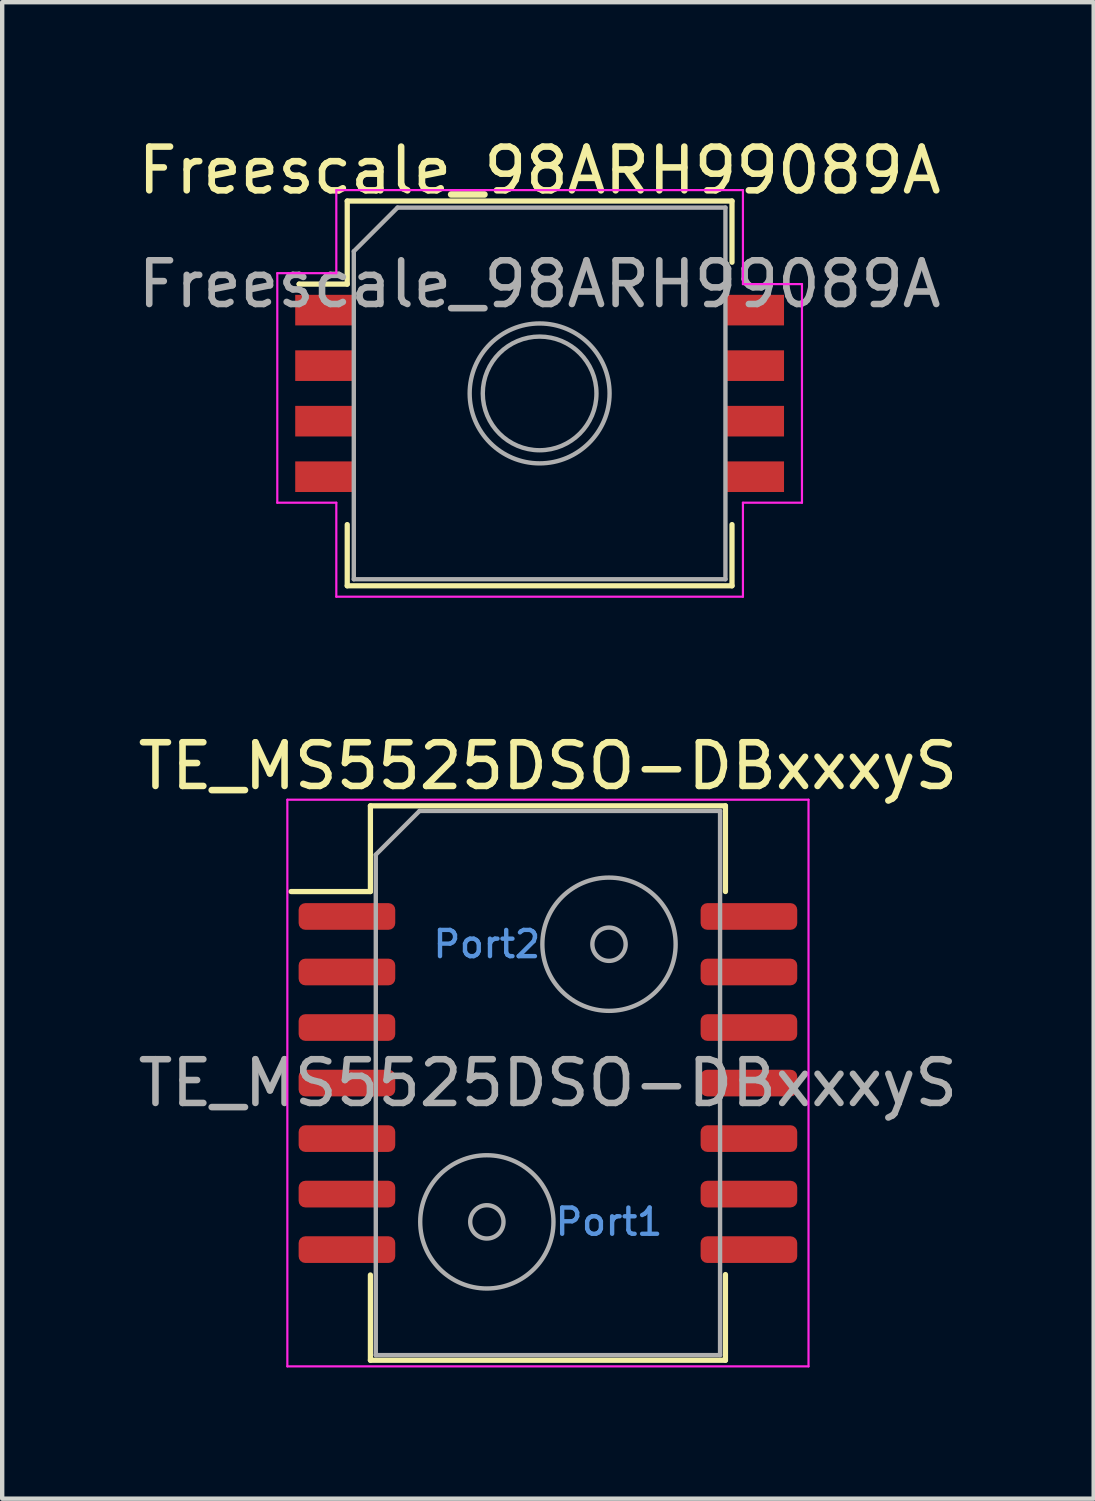
<source format=kicad_pcb>
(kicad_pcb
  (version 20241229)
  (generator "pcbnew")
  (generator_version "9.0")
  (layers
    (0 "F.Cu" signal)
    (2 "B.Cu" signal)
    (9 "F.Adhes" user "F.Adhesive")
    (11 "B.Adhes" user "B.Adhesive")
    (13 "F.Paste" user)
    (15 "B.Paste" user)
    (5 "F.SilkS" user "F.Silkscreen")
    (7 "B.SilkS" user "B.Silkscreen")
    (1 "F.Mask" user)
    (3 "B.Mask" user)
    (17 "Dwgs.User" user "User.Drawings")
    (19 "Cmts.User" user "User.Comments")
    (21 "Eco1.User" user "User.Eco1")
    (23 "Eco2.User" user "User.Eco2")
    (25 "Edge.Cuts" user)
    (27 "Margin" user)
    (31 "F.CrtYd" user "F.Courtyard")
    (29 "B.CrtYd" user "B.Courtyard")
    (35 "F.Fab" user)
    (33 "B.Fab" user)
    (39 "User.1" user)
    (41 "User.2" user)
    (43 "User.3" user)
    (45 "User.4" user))
  (footprint "Freescale_98ARH99089A"
    (layer "F.Cu")
    (at 9.292 5.948)
    (property "Reference" "Freescale_98ARH99089A" (at 0 -5.1 0) (layer "F.SilkS") (effects (font (size 1 1) (thickness 0.15))))
    (attr smd)
    (fp_line (start -5.5 -2.5) (end -5.5 -2.5) (stroke (width 0.12) (type solid)) (layer "F.SilkS"))
    (fp_line (start -4.4 -4.4) (end -4.4 -2.5) (stroke (width 0.12) (type solid)) (layer "F.SilkS"))
    (fp_line (start -4.4 -2.5) (end -5.5 -2.5) (stroke (width 0.12) (type solid)) (layer "F.SilkS"))
    (fp_line (start -4.4 4.4) (end -4.4 3) (stroke (width 0.12) (type solid)) (layer "F.SilkS"))
    (fp_line (start 4.4 -4.4) (end -4.4 -4.4) (stroke (width 0.12) (type solid)) (layer "F.SilkS"))
    (fp_line (start 4.4 -3) (end 4.4 -4.4) (stroke (width 0.12) (type solid)) (layer "F.SilkS"))
    (fp_line (start 4.4 3) (end 4.4 4.4) (stroke (width 0.12) (type solid)) (layer "F.SilkS"))
    (fp_line (start 4.4 4.4) (end -4.4 4.4) (stroke (width 0.12) (type solid)) (layer "F.SilkS"))
    (fp_line (start -6 -2.75) (end -4.65 -2.75) (stroke (width 0.05) (type solid)) (layer "F.CrtYd"))
    (fp_line (start -6 2.5) (end -6 -2.75) (stroke (width 0.05) (type solid)) (layer "F.CrtYd"))
    (fp_line (start -5.75 -2.75) (end -5.75 -2.75) (stroke (width 0.05) (type solid)) (layer "F.CrtYd"))
    (fp_line (start -4.65 -4.65) (end 4.65 -4.65) (stroke (width 0.05) (type solid)) (layer "F.CrtYd"))
    (fp_line (start -4.65 -2.75) (end -4.65 -4.65) (stroke (width 0.05) (type solid)) (layer "F.CrtYd"))
    (fp_line (start -4.65 2.5) (end -6 2.5) (stroke (width 0.05) (type solid)) (layer "F.CrtYd"))
    (fp_line (start -4.65 4.65) (end -4.65 2.5) (stroke (width 0.05) (type solid)) (layer "F.CrtYd"))
    (fp_line (start 4.65 -4.65) (end 4.65 -2.5) (stroke (width 0.05) (type solid)) (layer "F.CrtYd"))
    (fp_line (start 4.65 -2.5) (end 6 -2.5) (stroke (width 0.05) (type solid)) (layer "F.CrtYd"))
    (fp_line (start 4.65 2.5) (end 4.65 4.65) (stroke (width 0.05) (type solid)) (layer "F.CrtYd"))
    (fp_line (start 4.65 4.65) (end -4.65 4.65) (stroke (width 0.05) (type solid)) (layer "F.CrtYd"))
    (fp_line (start 6 -2.5) (end 6 2.5) (stroke (width 0.05) (type solid)) (layer "F.CrtYd"))
    (fp_line (start 6 2.5) (end 4.65 2.5) (stroke (width 0.05) (type solid)) (layer "F.CrtYd"))
    (fp_line (start -4.25 -3.25) (end -3.25 -4.25) (stroke (width 0.1) (type solid)) (layer "F.Fab"))
    (fp_line (start -4.25 4.25) (end -4.25 -3.25) (stroke (width 0.1) (type solid)) (layer "F.Fab"))
    (fp_line (start -3.25 -4.25) (end 4.25 -4.25) (stroke (width 0.1) (type solid)) (layer "F.Fab"))
    (fp_line (start 4.25 -4.25) (end 4.25 4.25) (stroke (width 0.1) (type solid)) (layer "F.Fab"))
    (fp_line (start 4.25 4.25) (end -4.25 4.25) (stroke (width 0.1) (type solid)) (layer "F.Fab"))
    (fp_circle (center 0 0) (end 1.3 0) (stroke (width 0.1) (type solid)) (fill no) (layer "F.Fab"))
    (fp_circle (center 0 0) (end 1.6 0) (stroke (width 0.1) (type solid)) (fill no) (layer "F.Fab"))
    (fp_text user "${REFERENCE}" (at 0 -2.5 0) (layer "F.Fab") (effects (font (size 1 1) (thickness 0.15))))
    (pad "1" smd rect (at -4.915 -1.905) (size 1.35 0.7) (layers "F.Cu" "F.Mask" "F.Paste"))
    (pad "2" smd rect (at -4.915 -0.635) (size 1.35 0.7) (layers "F.Cu" "F.Mask" "F.Paste"))
    (pad "3" smd rect (at -4.915 0.635) (size 1.35 0.7) (layers "F.Cu" "F.Mask" "F.Paste"))
    (pad "4" smd rect (at -4.915 1.905) (size 1.35 0.7) (layers "F.Cu" "F.Mask" "F.Paste"))
    (pad "5" smd rect (at 4.915 1.905) (size 1.35 0.7) (layers "F.Cu" "F.Mask" "F.Paste"))
    (pad "6" smd rect (at 4.915 0.635) (size 1.35 0.7) (layers "F.Cu" "F.Mask" "F.Paste"))
    (pad "7" smd rect (at 4.915 -0.635) (size 1.35 0.7) (layers "F.Cu" "F.Mask" "F.Paste"))
    (pad "8" smd rect (at 4.915 -1.905) (size 1.35 0.7) (layers "F.Cu" "F.Mask" "F.Paste")))
  (footprint "TE_MS5525DSO-DBxxxyS"
    (layer "F.Cu")
    (at 9.482 21.721)
    (property "Reference" "TE_MS5525DSO-DBxxxyS" (at 0 -7.25 0) (layer "F.SilkS") (effects (font (size 1 1) (thickness 0.15))))
    (attr smd)
    (fp_line (start -4.06 -6.34) (end -4.06 -4.38) (stroke (width 0.12) (type solid)) (layer "F.SilkS"))
    (fp_line (start -4.06 -4.38) (end -5.875 -4.38) (stroke (width 0.12) (type solid)) (layer "F.SilkS"))
    (fp_line (start -4.06 6.34) (end -4.06 4.39) (stroke (width 0.12) (type solid)) (layer "F.SilkS"))
    (fp_line (start 4.06 -6.34) (end -4.06 -6.34) (stroke (width 0.12) (type solid)) (layer "F.SilkS"))
    (fp_line (start 4.06 -6.34) (end 4.06 -4.38) (stroke (width 0.12) (type solid)) (layer "F.SilkS"))
    (fp_line (start 4.06 6.34) (end -4.06 6.34) (stroke (width 0.12) (type solid)) (layer "F.SilkS"))
    (fp_line (start 4.06 6.34) (end 4.06 4.38) (stroke (width 0.12) (type solid)) (layer "F.SilkS"))
    (fp_line (start -5.96 -6.48) (end -5.96 6.48) (stroke (width 0.05) (type solid)) (layer "F.CrtYd"))
    (fp_line (start -5.96 -6.48) (end 5.96 -6.48) (stroke (width 0.05) (type solid)) (layer "F.CrtYd"))
    (fp_line (start -5.96 6.48) (end 5.96 6.48) (stroke (width 0.05) (type solid)) (layer "F.CrtYd"))
    (fp_line (start 5.96 -6.48) (end 5.96 6.48) (stroke (width 0.05) (type solid)) (layer "F.CrtYd"))
    (fp_line (start -3.937 6.223) (end -3.937 -5.223) (stroke (width 0.1) (type solid)) (layer "F.Fab"))
    (fp_line (start -3.937 6.223) (end 3.937 6.223) (stroke (width 0.1) (type solid)) (layer "F.Fab"))
    (fp_line (start -2.937 -6.223) (end -3.937 -5.223) (stroke (width 0.1) (type solid)) (layer "F.Fab"))
    (fp_line (start -2.937 -6.223) (end 3.937 -6.223) (stroke (width 0.1) (type solid)) (layer "F.Fab"))
    (fp_line (start 3.937 6.223) (end 3.937 -6.223) (stroke (width 0.1) (type solid)) (layer "F.Fab"))
    (fp_circle (center -1.397 3.175) (end -1.016 3.175) (stroke (width 0.1) (type solid)) (fill no) (layer "F.Fab"))
    (fp_circle (center -1.397 3.175) (end 0.127 3.175) (stroke (width 0.1) (type solid)) (fill no) (layer "F.Fab"))
    (fp_circle (center 1.397 -3.175) (end 1.778 -3.175) (stroke (width 0.1) (type solid)) (fill no) (layer "F.Fab"))
    (fp_circle (center 1.397 -3.175) (end 2.921 -3.175) (stroke (width 0.1) (type solid)) (fill no) (layer "F.Fab"))
    (fp_text user "Port1" (at 1.397 3.175 0) (layer "Cmts.User") (effects (font (size 0.6 0.6) (thickness 0.1))))
    (fp_text user "Port2" (at -1.397 -3.175 0) (layer "Cmts.User") (effects (font (size 0.6 0.6) (thickness 0.1))))
    (fp_text user "${REFERENCE}" (at 0 0 0) (layer "F.Fab") (effects (font (size 1 1) (thickness 0.15))))
    (pad "1" smd roundrect (at -4.597 -3.81) (size 2.21 0.61) (layers "F.Cu" "F.Mask" "F.Paste") (roundrect_rratio 0.25))
    (pad "2" smd roundrect (at -4.597 -2.54) (size 2.21 0.61) (layers "F.Cu" "F.Mask" "F.Paste") (roundrect_rratio 0.25))
    (pad "3" smd roundrect (at -4.597 -1.27) (size 2.21 0.61) (layers "F.Cu" "F.Mask" "F.Paste") (roundrect_rratio 0.25))
    (pad "4" smd roundrect (at -4.597 0) (size 2.21 0.61) (layers "F.Cu" "F.Mask" "F.Paste") (roundrect_rratio 0.25))
    (pad "5" smd roundrect (at -4.597 1.27) (size 2.21 0.61) (layers "F.Cu" "F.Mask" "F.Paste") (roundrect_rratio 0.25))
    (pad "6" smd roundrect (at -4.597 2.54) (size 2.21 0.61) (layers "F.Cu" "F.Mask" "F.Paste") (roundrect_rratio 0.25))
    (pad "7" smd roundrect (at -4.597 3.81) (size 2.21 0.61) (layers "F.Cu" "F.Mask" "F.Paste") (roundrect_rratio 0.25))
    (pad "8" smd roundrect (at 4.597 3.81) (size 2.21 0.61) (layers "F.Cu" "F.Mask" "F.Paste") (roundrect_rratio 0.25))
    (pad "9" smd roundrect (at 4.597 2.54) (size 2.21 0.61) (layers "F.Cu" "F.Mask" "F.Paste") (roundrect_rratio 0.25))
    (pad "10" smd roundrect (at 4.597 1.27) (size 2.21 0.61) (layers "F.Cu" "F.Mask" "F.Paste") (roundrect_rratio 0.25))
    (pad "11" smd roundrect (at 4.597 0) (size 2.21 0.61) (layers "F.Cu" "F.Mask" "F.Paste") (roundrect_rratio 0.25))
    (pad "12" smd roundrect (at 4.597 -1.27) (size 2.21 0.61) (layers "F.Cu" "F.Mask" "F.Paste") (roundrect_rratio 0.25))
    (pad "13" smd roundrect (at 4.597 -2.54) (size 2.21 0.61) (layers "F.Cu" "F.Mask" "F.Paste") (roundrect_rratio 0.25))
    (pad "14" smd roundrect (at 4.597 -3.81) (size 2.21 0.61) (layers "F.Cu" "F.Mask" "F.Paste") (roundrect_rratio 0.25)))
  (gr_rect
    (start -3 -3)
    (end 21.964 31.227)
    (stroke (width 0.1) (type default))
    (fill no)
    (layer "Edge.Cuts")))
</source>
